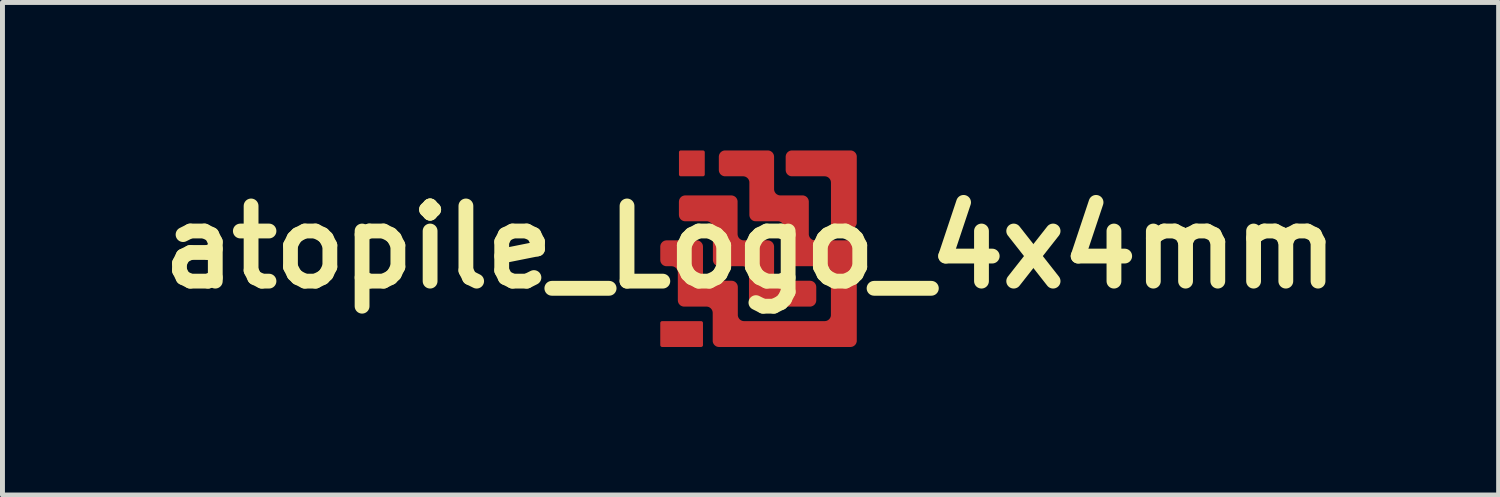
<source format=kicad_pcb>
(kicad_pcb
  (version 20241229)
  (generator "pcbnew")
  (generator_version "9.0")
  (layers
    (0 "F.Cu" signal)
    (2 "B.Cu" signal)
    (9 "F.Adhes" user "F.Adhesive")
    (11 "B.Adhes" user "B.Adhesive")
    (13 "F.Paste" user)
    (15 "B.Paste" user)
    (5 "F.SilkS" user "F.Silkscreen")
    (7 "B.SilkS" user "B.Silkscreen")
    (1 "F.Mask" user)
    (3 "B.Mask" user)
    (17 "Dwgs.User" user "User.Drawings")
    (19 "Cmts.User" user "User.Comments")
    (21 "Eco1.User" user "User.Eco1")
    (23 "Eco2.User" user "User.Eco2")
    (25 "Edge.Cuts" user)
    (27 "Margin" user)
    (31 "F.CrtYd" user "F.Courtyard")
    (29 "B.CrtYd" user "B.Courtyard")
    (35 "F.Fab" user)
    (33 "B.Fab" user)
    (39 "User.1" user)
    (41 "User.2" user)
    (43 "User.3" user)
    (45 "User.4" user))
  (footprint "atopile_Logo_4x4mm"
    (layer "F.Cu")
    (at 12.163 1.959)
    (property "Reference" "atopile_Logo_4x4mm" (at 0 0 0) (layer "F.SilkS") (effects (font (size 1.524 1.524) (thickness 0.3))))
    (attr board_only exclude_from_pos_files exclude_from_bom)
    (fp_poly (pts (xy -1 1.5) (xy -0.998 1.5) (xy -0.996 1.5) (xy -0.994 1.501) (xy -0.993 1.501) (xy -0.991 1.502) (xy -0.989 1.502) (xy -0.987 1.503) (xy -0.986 1.504) (xy -0.984 1.505) (xy -0.982 1.505) (xy -0.981 1.506) (xy -0.979 1.507) (xy -0.978 1.509) (xy -0.977 1.51) (xy -0.975 1.511) (xy -0.974 1.512) (xy -0.973 1.514) (xy -0.972 1.515) (xy -0.971 1.517) (xy -0.97 1.518) (xy -0.969 1.52) (xy -0.968 1.521) (xy -0.967 1.523) (xy -0.967 1.525) (xy -0.966 1.526) (xy -0.965 1.528) (xy -0.965 1.53) (xy -0.965 1.532) (xy -0.964 1.534) (xy -0.964 1.536) (xy -0.964 1.538) (xy -0.964 1.986) (xy -0.964 1.988) (xy -0.964 1.99) (xy -0.965 1.992) (xy -0.965 1.994) (xy -0.965 1.995) (xy -0.966 1.997) (xy -0.967 1.999) (xy -0.967 2.001) (xy -0.968 2.002) (xy -0.969 2.004) (xy -0.97 2.006) (xy -0.971 2.007) (xy -0.972 2.009) (xy -0.973 2.01) (xy -0.974 2.011) (xy -0.975 2.013) (xy -0.977 2.014) (xy -0.978 2.015) (xy -0.979 2.016) (xy -0.981 2.017) (xy -0.982 2.018) (xy -0.984 2.019) (xy -0.986 2.02) (xy -0.987 2.021) (xy -0.989 2.021) (xy -0.991 2.022) (xy -0.993 2.023) (xy -0.994 2.023) (xy -0.996 2.023) (xy -0.998 2.024) (xy -1 2.024) (xy -1.002 2.024) (xy -1.792 2.024) (xy -1.794 2.024) (xy -1.796 2.024) (xy -1.798 2.023) (xy -1.8 2.023) (xy -1.801 2.023) (xy -1.803 2.022) (xy -1.805 2.021) (xy -1.807 2.021) (xy -1.808 2.02) (xy -1.81 2.019) (xy -1.812 2.018) (xy -1.813 2.017) (xy -1.815 2.016) (xy -1.816 2.015) (xy -1.817 2.014) (xy -1.819 2.013) (xy -1.82 2.011) (xy -1.821 2.01) (xy -1.822 2.009) (xy -1.823 2.007) (xy -1.824 2.006) (xy -1.825 2.004) (xy -1.826 2.002) (xy -1.827 2.001) (xy -1.827 1.999) (xy -1.828 1.997) (xy -1.829 1.995) (xy -1.829 1.994) (xy -1.829 1.992) (xy -1.83 1.99) (xy -1.83 1.988) (xy -1.83 1.986) (xy -1.83 1.538) (xy -1.83 1.536) (xy -1.83 1.534) (xy -1.829 1.532) (xy -1.829 1.53) (xy -1.829 1.528) (xy -1.828 1.526) (xy -1.827 1.525) (xy -1.827 1.523) (xy -1.826 1.521) (xy -1.825 1.52) (xy -1.824 1.518) (xy -1.823 1.517) (xy -1.822 1.515) (xy -1.821 1.514) (xy -1.82 1.512) (xy -1.819 1.511) (xy -1.817 1.51) (xy -1.816 1.509) (xy -1.815 1.507) (xy -1.813 1.506) (xy -1.812 1.505) (xy -1.81 1.505) (xy -1.808 1.504) (xy -1.807 1.503) (xy -1.805 1.502) (xy -1.803 1.502) (xy -1.801 1.501) (xy -1.8 1.501) (xy -1.798 1.5) (xy -1.796 1.5) (xy -1.794 1.5) (xy -1.792 1.5) (xy -1.002 1.5)) (stroke (width 0) (type solid)) (fill yes) (layers "F.Cu" "F.Mask"))
    (fp_poly (pts (xy -0.963 -1.959) (xy -0.961 -1.959) (xy -0.96 -1.959) (xy -0.958 -1.959) (xy -0.956 -1.958) (xy -0.954 -1.958) (xy -0.952 -1.957) (xy -0.951 -1.956) (xy -0.949 -1.956) (xy -0.947 -1.955) (xy -0.946 -1.954) (xy -0.944 -1.953) (xy -0.943 -1.952) (xy -0.941 -1.951) (xy -0.94 -1.95) (xy -0.939 -1.948) (xy -0.937 -1.947) (xy -0.936 -1.946) (xy -0.935 -1.944) (xy -0.934 -1.943) (xy -0.933 -1.941) (xy -0.932 -1.94) (xy -0.931 -1.938) (xy -0.931 -1.936) (xy -0.93 -1.935) (xy -0.929 -1.933) (xy -0.929 -1.931) (xy -0.928 -1.929) (xy -0.928 -1.927) (xy -0.928 -1.926) (xy -0.928 -1.924) (xy -0.928 -1.922) (xy -0.928 -1.473) (xy -0.928 -1.471) (xy -0.928 -1.469) (xy -0.928 -1.468) (xy -0.928 -1.466) (xy -0.929 -1.464) (xy -0.929 -1.462) (xy -0.93 -1.46) (xy -0.931 -1.459) (xy -0.931 -1.457) (xy -0.932 -1.455) (xy -0.933 -1.454) (xy -0.934 -1.452) (xy -0.935 -1.451) (xy -0.936 -1.449) (xy -0.937 -1.448) (xy -0.939 -1.447) (xy -0.94 -1.445) (xy -0.941 -1.444) (xy -0.943 -1.443) (xy -0.944 -1.442) (xy -0.946 -1.441) (xy -0.947 -1.44) (xy -0.949 -1.439) (xy -0.951 -1.439) (xy -0.952 -1.438) (xy -0.954 -1.437) (xy -0.956 -1.437) (xy -0.958 -1.436) (xy -0.96 -1.436) (xy -0.961 -1.436) (xy -0.963 -1.436) (xy -0.965 -1.436) (xy -1.414 -1.436) (xy -1.416 -1.436) (xy -1.418 -1.436) (xy -1.419 -1.436) (xy -1.421 -1.436) (xy -1.423 -1.437) (xy -1.425 -1.437) (xy -1.427 -1.438) (xy -1.428 -1.439) (xy -1.43 -1.439) (xy -1.432 -1.44) (xy -1.433 -1.441) (xy -1.435 -1.442) (xy -1.436 -1.443) (xy -1.438 -1.444) (xy -1.439 -1.445) (xy -1.44 -1.447) (xy -1.442 -1.448) (xy -1.443 -1.449) (xy -1.444 -1.451) (xy -1.445 -1.452) (xy -1.446 -1.454) (xy -1.447 -1.455) (xy -1.448 -1.457) (xy -1.448 -1.459) (xy -1.449 -1.46) (xy -1.45 -1.462) (xy -1.45 -1.464) (xy -1.451 -1.466) (xy -1.451 -1.468) (xy -1.451 -1.469) (xy -1.451 -1.471) (xy -1.451 -1.473) (xy -1.451 -1.922) (xy -1.451 -1.924) (xy -1.451 -1.926) (xy -1.451 -1.927) (xy -1.451 -1.929) (xy -1.45 -1.931) (xy -1.45 -1.933) (xy -1.449 -1.935) (xy -1.448 -1.936) (xy -1.448 -1.938) (xy -1.447 -1.94) (xy -1.446 -1.941) (xy -1.445 -1.943) (xy -1.444 -1.944) (xy -1.443 -1.946) (xy -1.442 -1.947) (xy -1.44 -1.948) (xy -1.439 -1.95) (xy -1.438 -1.951) (xy -1.436 -1.952) (xy -1.435 -1.953) (xy -1.433 -1.954) (xy -1.432 -1.955) (xy -1.43 -1.956) (xy -1.428 -1.956) (xy -1.427 -1.957) (xy -1.425 -1.958) (xy -1.423 -1.958) (xy -1.421 -1.959) (xy -1.419 -1.959) (xy -1.418 -1.959) (xy -1.416 -1.959) (xy -1.414 -1.959) (xy -0.965 -1.959)) (stroke (width 0) (type solid)) (fill yes) (layers "F.Cu" "F.Mask"))
    (fp_poly (pts (xy 2.032 -1.959) (xy 2.038 -1.959) (xy 2.045 -1.958) (xy 2.051 -1.957) (xy 2.057 -1.955) (xy 2.063 -1.954) (xy 2.069 -1.952) (xy 2.075 -1.949) (xy 2.081 -1.947) (xy 2.086 -1.944) (xy 2.092 -1.941) (xy 2.097 -1.937) (xy 2.102 -1.934) (xy 2.107 -1.93) (xy 2.111 -1.926) (xy 2.116 -1.922) (xy 2.12 -1.917) (xy 2.124 -1.913) (xy 2.128 -1.908) (xy 2.131 -1.903) (xy 2.135 -1.898) (xy 2.138 -1.892) (xy 2.141 -1.887) (xy 2.143 -1.881) (xy 2.146 -1.875) (xy 2.148 -1.869) (xy 2.149 -1.863) (xy 2.151 -1.857) (xy 2.152 -1.851) (xy 2.153 -1.844) (xy 2.153 -1.838) (xy 2.153 -1.831) (xy 2.153 -0.5) (xy 2.153 -0.493) (xy 2.153 -0.487) (xy 2.152 -0.48) (xy 2.151 -0.474) (xy 2.149 -0.468) (xy 2.148 -0.462) (xy 2.146 -0.456) (xy 2.143 -0.45) (xy 2.141 -0.444) (xy 2.138 -0.439) (xy 2.135 -0.433) (xy 2.131 -0.428) (xy 2.128 -0.423) (xy 2.124 -0.418) (xy 2.12 -0.414) (xy 2.116 -0.409) (xy 2.111 -0.405) (xy 2.107 -0.401) (xy 2.102 -0.397) (xy 2.097 -0.394) (xy 2.092 -0.39) (xy 2.086 -0.387) (xy 2.081 -0.384) (xy 2.075 -0.382) (xy 2.069 -0.38) (xy 2.063 -0.378) (xy 2.057 -0.376) (xy 2.051 -0.374) (xy 2.045 -0.373) (xy 2.038 -0.372) (xy 2.032 -0.372) (xy 2.025 -0.372) (xy 1.758 -0.372) (xy 1.751 -0.372) (xy 1.745 -0.372) (xy 1.738 -0.373) (xy 1.732 -0.374) (xy 1.726 -0.376) (xy 1.72 -0.378) (xy 1.714 -0.38) (xy 1.708 -0.382) (xy 1.702 -0.384) (xy 1.697 -0.387) (xy 1.691 -0.39) (xy 1.686 -0.394) (xy 1.681 -0.397) (xy 1.676 -0.401) (xy 1.672 -0.405) (xy 1.667 -0.409) (xy 1.663 -0.414) (xy 1.659 -0.418) (xy 1.655 -0.423) (xy 1.651 -0.428) (xy 1.648 -0.434) (xy 1.645 -0.439) (xy 1.642 -0.444) (xy 1.64 -0.45) (xy 1.637 -0.456) (xy 1.635 -0.462) (xy 1.634 -0.468) (xy 1.632 -0.474) (xy 1.631 -0.48) (xy 1.63 -0.487) (xy 1.63 -0.493) (xy 1.63 -0.5) (xy 1.63 -1.307) (xy 1.629 -1.314) (xy 1.629 -1.321) (xy 1.628 -1.327) (xy 1.627 -1.333) (xy 1.626 -1.339) (xy 1.624 -1.346) (xy 1.622 -1.352) (xy 1.62 -1.357) (xy 1.617 -1.363) (xy 1.614 -1.369) (xy 1.611 -1.374) (xy 1.608 -1.379) (xy 1.604 -1.384) (xy 1.6 -1.389) (xy 1.596 -1.394) (xy 1.592 -1.398) (xy 1.588 -1.402) (xy 1.583 -1.406) (xy 1.578 -1.41) (xy 1.573 -1.414) (xy 1.568 -1.417) (xy 1.562 -1.42) (xy 1.557 -1.423) (xy 1.551 -1.426) (xy 1.545 -1.428) (xy 1.539 -1.43) (xy 1.533 -1.432) (xy 1.527 -1.433) (xy 1.521 -1.434) (xy 1.514 -1.435) (xy 1.508 -1.435) (xy 1.501 -1.436) (xy 0.84 -1.436) (xy 0.834 -1.436) (xy 0.827 -1.436) (xy 0.821 -1.437) (xy 0.814 -1.438) (xy 0.808 -1.44) (xy 0.802 -1.441) (xy 0.796 -1.443) (xy 0.79 -1.446) (xy 0.785 -1.448) (xy 0.779 -1.451) (xy 0.774 -1.454) (xy 0.769 -1.458) (xy 0.763 -1.461) (xy 0.759 -1.465) (xy 0.754 -1.469) (xy 0.75 -1.473) (xy 0.745 -1.478) (xy 0.741 -1.482) (xy 0.737 -1.487) (xy 0.734 -1.492) (xy 0.731 -1.497) (xy 0.727 -1.503) (xy 0.725 -1.508) (xy 0.722 -1.514) (xy 0.72 -1.52) (xy 0.718 -1.526) (xy 0.716 -1.532) (xy 0.715 -1.538) (xy 0.714 -1.544) (xy 0.713 -1.551) (xy 0.712 -1.557) (xy 0.712 -1.564) (xy 0.712 -1.831) (xy 0.712 -1.838) (xy 0.713 -1.844) (xy 0.714 -1.851) (xy 0.715 -1.857) (xy 0.716 -1.863) (xy 0.718 -1.869) (xy 0.72 -1.875) (xy 0.722 -1.881) (xy 0.725 -1.887) (xy 0.728 -1.892) (xy 0.731 -1.898) (xy 0.734 -1.903) (xy 0.738 -1.908) (xy 0.741 -1.913) (xy 0.745 -1.917) (xy 0.75 -1.922) (xy 0.754 -1.926) (xy 0.759 -1.93) (xy 0.764 -1.934) (xy 0.769 -1.938) (xy 0.774 -1.941) (xy 0.779 -1.944) (xy 0.785 -1.947) (xy 0.79 -1.949) (xy 0.796 -1.952) (xy 0.802 -1.954) (xy 0.808 -1.955) (xy 0.814 -1.957) (xy 0.821 -1.958) (xy 0.827 -1.959) (xy 0.834 -1.959) (xy 0.84 -1.959) (xy 2.025 -1.959)) (stroke (width 0) (type solid)) (fill yes) (layers "F.Cu" "F.Mask"))
    (fp_poly (pts (xy -0.384 -1.048) (xy -0.378 -1.047) (xy -0.371 -1.047) (xy -0.365 -1.045) (xy -0.359 -1.044) (xy -0.353 -1.042) (xy -0.347 -1.04) (xy -0.341 -1.038) (xy -0.335 -1.035) (xy -0.33 -1.033) (xy -0.324 -1.029) (xy -0.319 -1.026) (xy -0.314 -1.023) (xy -0.309 -1.019) (xy -0.304 -1.015) (xy -0.3 -1.01) (xy -0.296 -1.006) (xy -0.292 -1.001) (xy -0.288 -0.997) (xy -0.284 -0.991) (xy -0.281 -0.986) (xy -0.278 -0.981) (xy -0.275 -0.975) (xy -0.273 -0.97) (xy -0.27 -0.964) (xy -0.268 -0.958) (xy -0.267 -0.952) (xy -0.265 -0.946) (xy -0.264 -0.939) (xy -0.263 -0.933) (xy -0.263 -0.926) (xy -0.263 -0.92) (xy -0.263 -0.265) (xy -0.262 -0.258) (xy -0.262 -0.252) (xy -0.261 -0.245) (xy -0.26 -0.239) (xy -0.258 -0.233) (xy -0.257 -0.227) (xy -0.255 -0.221) (xy -0.252 -0.215) (xy -0.25 -0.209) (xy -0.247 -0.204) (xy -0.244 -0.198) (xy -0.241 -0.193) (xy -0.237 -0.188) (xy -0.233 -0.183) (xy -0.229 -0.179) (xy -0.225 -0.174) (xy -0.22 -0.17) (xy -0.216 -0.166) (xy -0.211 -0.162) (xy -0.206 -0.159) (xy -0.201 -0.155) (xy -0.195 -0.152) (xy -0.19 -0.149) (xy -0.184 -0.147) (xy -0.178 -0.145) (xy -0.172 -0.143) (xy -0.166 -0.141) (xy -0.16 -0.139) (xy -0.154 -0.138) (xy -0.147 -0.137) (xy -0.141 -0.137) (xy -0.134 -0.137) (xy 0.349 -0.137) (xy 0.355 -0.137) (xy 0.362 -0.136) (xy 0.368 -0.135) (xy 0.375 -0.134) (xy 0.381 -0.133) (xy 0.387 -0.131) (xy 0.393 -0.129) (xy 0.399 -0.127) (xy 0.404 -0.124) (xy 0.41 -0.121) (xy 0.415 -0.118) (xy 0.42 -0.115) (xy 0.425 -0.111) (xy 0.43 -0.108) (xy 0.435 -0.103) (xy 0.439 -0.099) (xy 0.444 -0.095) (xy 0.448 -0.09) (xy 0.451 -0.085) (xy 0.455 -0.08) (xy 0.458 -0.075) (xy 0.461 -0.07) (xy 0.464 -0.064) (xy 0.467 -0.058) (xy 0.469 -0.053) (xy 0.471 -0.047) (xy 0.473 -0.041) (xy 0.474 -0.034) (xy 0.475 -0.028) (xy 0.476 -0.022) (xy 0.477 -0.015) (xy 0.477 -0.009) (xy 0.477 0.553) (xy 0.477 0.56) (xy 0.478 0.566) (xy 0.478 0.573) (xy 0.48 0.579) (xy 0.481 0.585) (xy 0.483 0.591) (xy 0.485 0.597) (xy 0.487 0.603) (xy 0.49 0.609) (xy 0.492 0.614) (xy 0.496 0.62) (xy 0.499 0.625) (xy 0.502 0.63) (xy 0.506 0.635) (xy 0.51 0.64) (xy 0.514 0.644) (xy 0.519 0.648) (xy 0.524 0.652) (xy 0.528 0.656) (xy 0.533 0.66) (xy 0.539 0.663) (xy 0.544 0.666) (xy 0.55 0.669) (xy 0.555 0.671) (xy 0.561 0.674) (xy 0.567 0.676) (xy 0.573 0.677) (xy 0.579 0.679) (xy 0.586 0.68) (xy 0.592 0.681) (xy 0.599 0.681) (xy 0.605 0.681) (xy 1.204 0.681) (xy 1.21 0.682) (xy 1.217 0.682) (xy 1.223 0.683) (xy 1.23 0.684) (xy 1.236 0.686) (xy 1.242 0.687) (xy 1.248 0.689) (xy 1.254 0.692) (xy 1.259 0.694) (xy 1.265 0.697) (xy 1.27 0.7) (xy 1.275 0.703) (xy 1.28 0.707) (xy 1.285 0.711) (xy 1.29 0.715) (xy 1.294 0.719) (xy 1.299 0.724) (xy 1.303 0.728) (xy 1.306 0.733) (xy 1.31 0.738) (xy 1.313 0.743) (xy 1.316 0.749) (xy 1.319 0.754) (xy 1.322 0.76) (xy 1.324 0.766) (xy 1.326 0.772) (xy 1.328 0.778) (xy 1.329 0.784) (xy 1.33 0.79) (xy 1.331 0.797) (xy 1.332 0.803) (xy 1.332 0.81) (xy 1.332 1.077) (xy 1.332 1.084) (xy 1.331 1.09) (xy 1.33 1.097) (xy 1.329 1.103) (xy 1.328 1.109) (xy 1.326 1.115) (xy 1.324 1.121) (xy 1.322 1.127) (xy 1.319 1.133) (xy 1.316 1.138) (xy 1.313 1.144) (xy 1.31 1.149) (xy 1.306 1.154) (xy 1.303 1.159) (xy 1.299 1.163) (xy 1.294 1.168) (xy 1.29 1.172) (xy 1.285 1.176) (xy 1.28 1.18) (xy 1.275 1.183) (xy 1.27 1.187) (xy 1.265 1.19) (xy 1.259 1.193) (xy 1.254 1.195) (xy 1.248 1.197) (xy 1.242 1.2) (xy 1.236 1.201) (xy 1.23 1.203) (xy 1.223 1.204) (xy 1.217 1.205) (xy 1.21 1.205) (xy 1.204 1.205) (xy 0.096 1.205) (xy 0.089 1.205) (xy 0.083 1.205) (xy 0.076 1.204) (xy 0.07 1.203) (xy 0.064 1.201) (xy 0.058 1.199) (xy 0.052 1.197) (xy 0.046 1.195) (xy 0.04 1.193) (xy 0.035 1.19) (xy 0.029 1.187) (xy 0.024 1.183) (xy 0.019 1.18) (xy 0.014 1.176) (xy 0.01 1.172) (xy 0.005 1.168) (xy 0.001 1.163) (xy -0.003 1.159) (xy -0.007 1.154) (xy -0.01 1.149) (xy -0.014 1.144) (xy -0.017 1.138) (xy -0.02 1.133) (xy -0.022 1.127) (xy -0.025 1.121) (xy -0.027 1.115) (xy -0.028 1.109) (xy -0.03 1.103) (xy -0.031 1.097) (xy -0.032 1.09) (xy -0.032 1.084) (xy -0.032 1.077) (xy -0.032 0.515) (xy -0.033 0.509) (xy -0.033 0.502) (xy -0.034 0.496) (xy -0.035 0.489) (xy -0.036 0.483) (xy -0.038 0.477) (xy -0.04 0.471) (xy -0.042 0.465) (xy -0.045 0.46) (xy -0.048 0.454) (xy -0.051 0.449) (xy -0.054 0.443) (xy -0.058 0.438) (xy -0.062 0.434) (xy -0.066 0.429) (xy -0.07 0.424) (xy -0.074 0.42) (xy -0.079 0.416) (xy -0.084 0.412) (xy -0.089 0.409) (xy -0.094 0.405) (xy -0.099 0.402) (xy -0.105 0.4) (xy -0.111 0.397) (xy -0.117 0.395) (xy -0.122 0.393) (xy -0.129 0.391) (xy -0.135 0.39) (xy -0.141 0.388) (xy -0.147 0.388) (xy -0.154 0.387) (xy -0.161 0.387) (xy -0.635 0.387) (xy -0.641 0.387) (xy -0.648 0.386) (xy -0.654 0.385) (xy -0.661 0.384) (xy -0.667 0.383) (xy -0.673 0.381) (xy -0.679 0.379) (xy -0.685 0.377) (xy -0.69 0.374) (xy -0.696 0.371) (xy -0.701 0.368) (xy -0.707 0.365) (xy -0.712 0.361) (xy -0.716 0.358) (xy -0.721 0.354) (xy -0.726 0.349) (xy -0.73 0.345) (xy -0.734 0.34) (xy -0.738 0.335) (xy -0.741 0.33) (xy -0.745 0.325) (xy -0.748 0.32) (xy -0.75 0.314) (xy -0.753 0.309) (xy -0.755 0.303) (xy -0.757 0.297) (xy -0.759 0.291) (xy -0.76 0.285) (xy -0.762 0.278) (xy -0.762 0.272) (xy -0.763 0.265) (xy -0.763 0.259) (xy -0.763 -0.396) (xy -0.763 -0.403) (xy -0.764 -0.409) (xy -0.765 -0.416) (xy -0.766 -0.422) (xy -0.767 -0.428) (xy -0.769 -0.434) (xy -0.771 -0.44) (xy -0.773 -0.446) (xy -0.776 -0.452) (xy -0.779 -0.457) (xy -0.782 -0.463) (xy -0.785 -0.468) (xy -0.789 -0.473) (xy -0.792 -0.478) (xy -0.796 -0.482) (xy -0.801 -0.487) (xy -0.805 -0.491) (xy -0.81 -0.495) (xy -0.815 -0.499) (xy -0.82 -0.502) (xy -0.825 -0.506) (xy -0.83 -0.509) (xy -0.836 -0.512) (xy -0.841 -0.514) (xy -0.847 -0.516) (xy -0.853 -0.518) (xy -0.859 -0.52) (xy -0.865 -0.522) (xy -0.872 -0.523) (xy -0.878 -0.524) (xy -0.885 -0.524) (xy -0.891 -0.524) (xy -1.323 -0.524) (xy -1.33 -0.524) (xy -1.336 -0.525) (xy -1.343 -0.526) (xy -1.349 -0.527) (xy -1.355 -0.528) (xy -1.361 -0.53) (xy -1.367 -0.532) (xy -1.373 -0.534) (xy -1.379 -0.537) (xy -1.384 -0.54) (xy -1.39 -0.543) (xy -1.395 -0.546) (xy -1.4 -0.55) (xy -1.405 -0.554) (xy -1.41 -0.558) (xy -1.414 -0.562) (xy -1.418 -0.566) (xy -1.422 -0.571) (xy -1.426 -0.576) (xy -1.43 -0.581) (xy -1.433 -0.586) (xy -1.436 -0.591) (xy -1.439 -0.597) (xy -1.441 -0.603) (xy -1.444 -0.608) (xy -1.446 -0.614) (xy -1.447 -0.62) (xy -1.449 -0.627) (xy -1.45 -0.633) (xy -1.451 -0.639) (xy -1.451 -0.646) (xy -1.452 -0.652) (xy -1.452 -0.92) (xy -1.451 -0.926) (xy -1.451 -0.933) (xy -1.45 -0.939) (xy -1.449 -0.946) (xy -1.447 -0.952) (xy -1.446 -0.958) (xy -1.444 -0.964) (xy -1.441 -0.97) (xy -1.439 -0.975) (xy -1.436 -0.981) (xy -1.433 -0.986) (xy -1.43 -0.992) (xy -1.426 -0.997) (xy -1.422 -1.001) (xy -1.418 -1.006) (xy -1.414 -1.011) (xy -1.409 -1.015) (xy -1.405 -1.019) (xy -1.4 -1.023) (xy -1.395 -1.026) (xy -1.39 -1.029) (xy -1.384 -1.033) (xy -1.379 -1.035) (xy -1.373 -1.038) (xy -1.367 -1.04) (xy -1.361 -1.042) (xy -1.355 -1.044) (xy -1.349 -1.045) (xy -1.343 -1.047) (xy -1.336 -1.047) (xy -1.33 -1.048) (xy -1.323 -1.048) (xy -0.391 -1.048)) (stroke (width 0) (type solid)) (fill yes) (layers "F.Cu" "F.Mask"))
    (fp_poly (pts (xy 0.355 -1.959) (xy 0.362 -1.959) (xy 0.368 -1.958) (xy 0.375 -1.957) (xy 0.381 -1.955) (xy 0.387 -1.954) (xy 0.393 -1.952) (xy 0.399 -1.949) (xy 0.404 -1.947) (xy 0.41 -1.944) (xy 0.415 -1.941) (xy 0.42 -1.937) (xy 0.425 -1.934) (xy 0.43 -1.93) (xy 0.435 -1.926) (xy 0.439 -1.922) (xy 0.444 -1.917) (xy 0.448 -1.913) (xy 0.451 -1.908) (xy 0.455 -1.903) (xy 0.458 -1.898) (xy 0.461 -1.892) (xy 0.464 -1.887) (xy 0.467 -1.881) (xy 0.469 -1.875) (xy 0.471 -1.869) (xy 0.473 -1.863) (xy 0.474 -1.857) (xy 0.475 -1.851) (xy 0.476 -1.844) (xy 0.477 -1.838) (xy 0.477 -1.831) (xy 0.477 -1.176) (xy 0.477 -1.17) (xy 0.478 -1.163) (xy 0.478 -1.157) (xy 0.48 -1.151) (xy 0.481 -1.144) (xy 0.483 -1.138) (xy 0.485 -1.132) (xy 0.487 -1.126) (xy 0.49 -1.121) (xy 0.492 -1.115) (xy 0.496 -1.11) (xy 0.499 -1.105) (xy 0.502 -1.1) (xy 0.506 -1.095) (xy 0.51 -1.09) (xy 0.514 -1.086) (xy 0.519 -1.081) (xy 0.524 -1.077) (xy 0.528 -1.074) (xy 0.533 -1.07) (xy 0.539 -1.067) (xy 0.544 -1.064) (xy 0.55 -1.061) (xy 0.555 -1.058) (xy 0.561 -1.056) (xy 0.567 -1.054) (xy 0.573 -1.052) (xy 0.579 -1.051) (xy 0.586 -1.05) (xy 0.592 -1.049) (xy 0.599 -1.048) (xy 0.605 -1.048) (xy 1.053 -1.048) (xy 1.059 -1.048) (xy 1.066 -1.048) (xy 1.072 -1.047) (xy 1.078 -1.046) (xy 1.085 -1.044) (xy 1.091 -1.042) (xy 1.097 -1.04) (xy 1.103 -1.038) (xy 1.108 -1.036) (xy 1.114 -1.033) (xy 1.119 -1.03) (xy 1.124 -1.026) (xy 1.129 -1.023) (xy 1.134 -1.019) (xy 1.139 -1.015) (xy 1.143 -1.011) (xy 1.147 -1.006) (xy 1.152 -1.002) (xy 1.155 -0.997) (xy 1.159 -0.992) (xy 1.162 -0.986) (xy 1.165 -0.981) (xy 1.168 -0.976) (xy 1.171 -0.97) (xy 1.173 -0.964) (xy 1.175 -0.958) (xy 1.177 -0.952) (xy 1.178 -0.946) (xy 1.179 -0.939) (xy 1.18 -0.933) (xy 1.181 -0.927) (xy 1.181 -0.92) (xy 1.181 -0.265) (xy 1.181 -0.259) (xy 1.181 -0.252) (xy 1.182 -0.246) (xy 1.183 -0.239) (xy 1.185 -0.233) (xy 1.187 -0.227) (xy 1.189 -0.221) (xy 1.191 -0.215) (xy 1.193 -0.21) (xy 1.196 -0.204) (xy 1.199 -0.199) (xy 1.203 -0.193) (xy 1.206 -0.188) (xy 1.21 -0.184) (xy 1.214 -0.179) (xy 1.218 -0.174) (xy 1.223 -0.17) (xy 1.227 -0.166) (xy 1.232 -0.162) (xy 1.237 -0.159) (xy 1.243 -0.156) (xy 1.248 -0.152) (xy 1.253 -0.15) (xy 1.259 -0.147) (xy 1.265 -0.145) (xy 1.271 -0.143) (xy 1.277 -0.141) (xy 1.283 -0.14) (xy 1.289 -0.138) (xy 1.296 -0.138) (xy 1.302 -0.137) (xy 1.309 -0.137) (xy 2.025 -0.137) (xy 2.032 -0.137) (xy 2.038 -0.136) (xy 2.045 -0.135) (xy 2.051 -0.134) (xy 2.057 -0.133) (xy 2.063 -0.131) (xy 2.069 -0.129) (xy 2.075 -0.127) (xy 2.081 -0.124) (xy 2.086 -0.121) (xy 2.092 -0.118) (xy 2.097 -0.115) (xy 2.102 -0.111) (xy 2.107 -0.108) (xy 2.111 -0.104) (xy 2.116 -0.099) (xy 2.12 -0.095) (xy 2.124 -0.09) (xy 2.128 -0.085) (xy 2.131 -0.08) (xy 2.135 -0.075) (xy 2.138 -0.07) (xy 2.141 -0.064) (xy 2.143 -0.059) (xy 2.145 -0.053) (xy 2.147 -0.047) (xy 2.149 -0.041) (xy 2.151 -0.035) (xy 2.152 -0.028) (xy 2.153 -0.022) (xy 2.153 -0.015) (xy 2.153 -0.009) (xy 2.153 1.896) (xy 2.153 1.902) (xy 2.153 1.909) (xy 2.152 1.915) (xy 2.151 1.921) (xy 2.149 1.928) (xy 2.147 1.934) (xy 2.145 1.94) (xy 2.143 1.945) (xy 2.141 1.951) (xy 2.138 1.957) (xy 2.135 1.962) (xy 2.131 1.967) (xy 2.128 1.972) (xy 2.124 1.977) (xy 2.12 1.982) (xy 2.116 1.986) (xy 2.111 1.99) (xy 2.107 1.994) (xy 2.102 1.998) (xy 2.097 2.002) (xy 2.091 2.005) (xy 2.086 2.008) (xy 2.081 2.011) (xy 2.075 2.014) (xy 2.069 2.016) (xy 2.063 2.018) (xy 2.057 2.02) (xy 2.051 2.021) (xy 2.045 2.022) (xy 2.038 2.023) (xy 2.032 2.024) (xy 2.025 2.024) (xy -0.639 2.024) (xy -0.646 2.024) (xy -0.652 2.023) (xy -0.659 2.022) (xy -0.665 2.021) (xy -0.671 2.02) (xy -0.677 2.018) (xy -0.683 2.016) (xy -0.689 2.014) (xy -0.695 2.011) (xy -0.7 2.008) (xy -0.706 2.005) (xy -0.711 2.002) (xy -0.716 1.998) (xy -0.721 1.994) (xy -0.725 1.99) (xy -0.73 1.986) (xy -0.734 1.982) (xy -0.738 1.977) (xy -0.742 1.972) (xy -0.745 1.967) (xy -0.749 1.962) (xy -0.752 1.957) (xy -0.755 1.951) (xy -0.757 1.945) (xy -0.76 1.94) (xy -0.762 1.934) (xy -0.763 1.928) (xy -0.765 1.921) (xy -0.766 1.915) (xy -0.767 1.909) (xy -0.767 1.902) (xy -0.767 1.896) (xy -0.767 1.334) (xy -0.767 1.327) (xy -0.768 1.32) (xy -0.769 1.314) (xy -0.77 1.308) (xy -0.771 1.302) (xy -0.773 1.295) (xy -0.775 1.289) (xy -0.777 1.284) (xy -0.78 1.278) (xy -0.783 1.272) (xy -0.786 1.267) (xy -0.789 1.262) (xy -0.793 1.257) (xy -0.797 1.252) (xy -0.801 1.247) (xy -0.805 1.243) (xy -0.809 1.239) (xy -0.814 1.235) (xy -0.819 1.231) (xy -0.824 1.227) (xy -0.829 1.224) (xy -0.834 1.221) (xy -0.84 1.218) (xy -0.846 1.215) (xy -0.851 1.213) (xy -0.857 1.211) (xy -0.863 1.209) (xy -0.87 1.208) (xy -0.876 1.207) (xy -0.882 1.206) (xy -0.889 1.206) (xy -0.895 1.205) (xy -1.345 1.205) (xy -1.352 1.205) (xy -1.358 1.205) (xy -1.365 1.204) (xy -1.371 1.203) (xy -1.377 1.201) (xy -1.383 1.2) (xy -1.389 1.198) (xy -1.395 1.195) (xy -1.401 1.193) (xy -1.406 1.19) (xy -1.412 1.187) (xy -1.417 1.184) (xy -1.422 1.18) (xy -1.427 1.176) (xy -1.432 1.172) (xy -1.436 1.168) (xy -1.44 1.163) (xy -1.444 1.159) (xy -1.448 1.154) (xy -1.452 1.149) (xy -1.455 1.144) (xy -1.458 1.138) (xy -1.461 1.133) (xy -1.463 1.127) (xy -1.466 1.121) (xy -1.468 1.115) (xy -1.47 1.109) (xy -1.471 1.103) (xy -1.472 1.097) (xy -1.473 1.09) (xy -1.473 1.084) (xy -1.474 1.077) (xy -1.474 0.515) (xy -1.474 0.509) (xy -1.474 0.502) (xy -1.475 0.496) (xy -1.476 0.489) (xy -1.478 0.483) (xy -1.479 0.477) (xy -1.481 0.471) (xy -1.484 0.465) (xy -1.486 0.46) (xy -1.489 0.454) (xy -1.492 0.449) (xy -1.495 0.444) (xy -1.499 0.439) (xy -1.503 0.434) (xy -1.507 0.429) (xy -1.511 0.425) (xy -1.516 0.42) (xy -1.52 0.416) (xy -1.525 0.413) (xy -1.53 0.409) (xy -1.535 0.406) (xy -1.541 0.403) (xy -1.546 0.4) (xy -1.552 0.397) (xy -1.558 0.395) (xy -1.564 0.393) (xy -1.57 0.391) (xy -1.576 0.39) (xy -1.582 0.389) (xy -1.589 0.388) (xy -1.595 0.387) (xy -1.602 0.387) (xy -1.701 0.387) (xy -1.708 0.387) (xy -1.715 0.386) (xy -1.721 0.386) (xy -1.727 0.384) (xy -1.733 0.383) (xy -1.74 0.381) (xy -1.746 0.379) (xy -1.751 0.377) (xy -1.757 0.374) (xy -1.763 0.372) (xy -1.768 0.369) (xy -1.773 0.365) (xy -1.778 0.362) (xy -1.783 0.358) (xy -1.788 0.354) (xy -1.792 0.35) (xy -1.796 0.345) (xy -1.8 0.34) (xy -1.804 0.336) (xy -1.808 0.331) (xy -1.811 0.325) (xy -1.814 0.32) (xy -1.817 0.314) (xy -1.82 0.309) (xy -1.822 0.303) (xy -1.824 0.297) (xy -1.826 0.291) (xy -1.827 0.285) (xy -1.828 0.278) (xy -1.829 0.272) (xy -1.829 0.266) (xy -1.83 0.259) (xy -1.83 0.259) (xy -1.83 -0.009) (xy -1.83 -0.015) (xy -1.829 -0.022) (xy -1.828 -0.028) (xy -1.827 -0.034) (xy -1.826 -0.041) (xy -1.824 -0.047) (xy -1.822 -0.053) (xy -1.82 -0.059) (xy -1.817 -0.064) (xy -1.814 -0.07) (xy -1.811 -0.075) (xy -1.808 -0.08) (xy -1.804 -0.085) (xy -1.8 -0.09) (xy -1.796 -0.095) (xy -1.792 -0.099) (xy -1.788 -0.104) (xy -1.783 -0.108) (xy -1.778 -0.111) (xy -1.773 -0.115) (xy -1.768 -0.118) (xy -1.763 -0.121) (xy -1.757 -0.124) (xy -1.751 -0.127) (xy -1.746 -0.129) (xy -1.74 -0.131) (xy -1.734 -0.133) (xy -1.727 -0.134) (xy -1.721 -0.135) (xy -1.715 -0.136) (xy -1.708 -0.137) (xy -1.702 -0.137) (xy -1.093 -0.137) (xy -1.086 -0.137) (xy -1.079 -0.136) (xy -1.073 -0.135) (xy -1.067 -0.134) (xy -1.061 -0.133) (xy -1.054 -0.131) (xy -1.048 -0.129) (xy -1.043 -0.127) (xy -1.037 -0.124) (xy -1.031 -0.121) (xy -1.026 -0.118) (xy -1.021 -0.115) (xy -1.016 -0.111) (xy -1.011 -0.108) (xy -1.006 -0.103) (xy -1.002 -0.099) (xy -0.998 -0.095) (xy -0.994 -0.09) (xy -0.99 -0.085) (xy -0.986 -0.08) (xy -0.983 -0.075) (xy -0.98 -0.07) (xy -0.977 -0.064) (xy -0.974 -0.058) (xy -0.972 -0.053) (xy -0.97 -0.047) (xy -0.968 -0.041) (xy -0.967 -0.034) (xy -0.966 -0.028) (xy -0.965 -0.022) (xy -0.965 -0.015) (xy -0.964 -0.009) (xy -0.964 0.553) (xy -0.964 0.56) (xy -0.964 0.566) (xy -0.963 0.573) (xy -0.962 0.579) (xy -0.96 0.585) (xy -0.959 0.591) (xy -0.957 0.597) (xy -0.954 0.603) (xy -0.952 0.609) (xy -0.949 0.614) (xy -0.946 0.62) (xy -0.942 0.625) (xy -0.939 0.63) (xy -0.935 0.635) (xy -0.931 0.64) (xy -0.927 0.644) (xy -0.922 0.648) (xy -0.918 0.652) (xy -0.913 0.656) (xy -0.908 0.66) (xy -0.903 0.663) (xy -0.897 0.666) (xy -0.892 0.669) (xy -0.886 0.671) (xy -0.88 0.674) (xy -0.874 0.676) (xy -0.868 0.677) (xy -0.862 0.679) (xy -0.856 0.68) (xy -0.849 0.681) (xy -0.843 0.681) (xy -0.836 0.681) (xy -0.386 0.681) (xy -0.38 0.682) (xy -0.373 0.682) (xy -0.367 0.683) (xy -0.361 0.684) (xy -0.354 0.686) (xy -0.348 0.687) (xy -0.342 0.689) (xy -0.337 0.692) (xy -0.331 0.694) (xy -0.325 0.697) (xy -0.32 0.7) (xy -0.315 0.703) (xy -0.31 0.707) (xy -0.305 0.711) (xy -0.3 0.715) (xy -0.296 0.719) (xy -0.292 0.724) (xy -0.288 0.728) (xy -0.284 0.733) (xy -0.28 0.738) (xy -0.277 0.743) (xy -0.274 0.749) (xy -0.271 0.754) (xy -0.268 0.76) (xy -0.266 0.766) (xy -0.264 0.772) (xy -0.262 0.778) (xy -0.261 0.784) (xy -0.26 0.79) (xy -0.259 0.797) (xy -0.258 0.803) (xy -0.258 0.81) (xy -0.258 1.372) (xy -0.258 1.378) (xy -0.258 1.385) (xy -0.257 1.391) (xy -0.256 1.397) (xy -0.254 1.404) (xy -0.253 1.41) (xy -0.25 1.416) (xy -0.248 1.422) (xy -0.246 1.427) (xy -0.243 1.433) (xy -0.24 1.438) (xy -0.236 1.443) (xy -0.233 1.448) (xy -0.229 1.453) (xy -0.225 1.458) (xy -0.221 1.462) (xy -0.216 1.467) (xy -0.212 1.471) (xy -0.207 1.474) (xy -0.202 1.478) (xy -0.197 1.481) (xy -0.191 1.484) (xy -0.186 1.487) (xy -0.18 1.49) (xy -0.174 1.492) (xy -0.168 1.494) (xy -0.162 1.496) (xy -0.156 1.497) (xy -0.15 1.498) (xy -0.143 1.499) (xy -0.137 1.5) (xy -0.13 1.5) (xy 1.501 1.5) (xy 1.508 1.5) (xy 1.514 1.499) (xy 1.521 1.498) (xy 1.527 1.497) (xy 1.533 1.496) (xy 1.539 1.494) (xy 1.545 1.492) (xy 1.551 1.49) (xy 1.557 1.487) (xy 1.562 1.484) (xy 1.568 1.481) (xy 1.573 1.478) (xy 1.578 1.474) (xy 1.583 1.471) (xy 1.587 1.466) (xy 1.592 1.462) (xy 1.596 1.458) (xy 1.6 1.453) (xy 1.604 1.448) (xy 1.608 1.443) (xy 1.611 1.438) (xy 1.614 1.433) (xy 1.617 1.427) (xy 1.619 1.421) (xy 1.622 1.416) (xy 1.624 1.41) (xy 1.625 1.404) (xy 1.627 1.397) (xy 1.628 1.391) (xy 1.629 1.385) (xy 1.629 1.378) (xy 1.629 1.372) (xy 1.629 0.515) (xy 1.629 0.508) (xy 1.629 0.502) (xy 1.628 0.495) (xy 1.627 0.489) (xy 1.625 0.483) (xy 1.624 0.477) (xy 1.622 0.471) (xy 1.619 0.465) (xy 1.617 0.459) (xy 1.614 0.454) (xy 1.611 0.448) (xy 1.608 0.443) (xy 1.604 0.438) (xy 1.6 0.433) (xy 1.596 0.429) (xy 1.592 0.424) (xy 1.587 0.42) (xy 1.583 0.416) (xy 1.578 0.412) (xy 1.573 0.409) (xy 1.568 0.405) (xy 1.562 0.402) (xy 1.557 0.399) (xy 1.551 0.397) (xy 1.545 0.395) (xy 1.539 0.393) (xy 1.533 0.391) (xy 1.527 0.389) (xy 1.521 0.388) (xy 1.514 0.387) (xy 1.508 0.387) (xy 1.501 0.387) (xy 0.808 0.387) (xy 0.802 0.387) (xy 0.795 0.386) (xy 0.789 0.385) (xy 0.782 0.384) (xy 0.776 0.383) (xy 0.77 0.381) (xy 0.764 0.379) (xy 0.758 0.377) (xy 0.753 0.374) (xy 0.747 0.371) (xy 0.742 0.368) (xy 0.737 0.365) (xy 0.732 0.361) (xy 0.727 0.358) (xy 0.722 0.353) (xy 0.718 0.349) (xy 0.713 0.345) (xy 0.709 0.34) (xy 0.706 0.335) (xy 0.702 0.33) (xy 0.699 0.325) (xy 0.696 0.32) (xy 0.693 0.314) (xy 0.69 0.308) (xy 0.688 0.303) (xy 0.686 0.297) (xy 0.684 0.291) (xy 0.683 0.284) (xy 0.682 0.278) (xy 0.681 0.272) (xy 0.68 0.265) (xy 0.68 0.259) (xy 0.68 -0.396) (xy 0.68 -0.403) (xy 0.679 -0.409) (xy 0.679 -0.416) (xy 0.677 -0.422) (xy 0.676 -0.428) (xy 0.674 -0.434) (xy 0.672 -0.44) (xy 0.67 -0.446) (xy 0.667 -0.452) (xy 0.665 -0.457) (xy 0.661 -0.463) (xy 0.658 -0.468) (xy 0.655 -0.473) (xy 0.651 -0.478) (xy 0.647 -0.482) (xy 0.642 -0.487) (xy 0.638 -0.491) (xy 0.633 -0.495) (xy 0.629 -0.499) (xy 0.624 -0.503) (xy 0.618 -0.506) (xy 0.613 -0.509) (xy 0.607 -0.512) (xy 0.602 -0.514) (xy 0.596 -0.517) (xy 0.59 -0.519) (xy 0.584 -0.52) (xy 0.578 -0.522) (xy 0.571 -0.523) (xy 0.565 -0.524) (xy 0.558 -0.524) (xy 0.552 -0.524) (xy 0.104 -0.524) (xy 0.098 -0.525) (xy 0.091 -0.525) (xy 0.085 -0.526) (xy 0.079 -0.527) (xy 0.072 -0.528) (xy 0.066 -0.53) (xy 0.06 -0.532) (xy 0.054 -0.534) (xy 0.049 -0.537) (xy 0.043 -0.54) (xy 0.038 -0.543) (xy 0.033 -0.546) (xy 0.028 -0.55) (xy 0.023 -0.554) (xy 0.018 -0.558) (xy 0.014 -0.562) (xy 0.01 -0.566) (xy 0.005 -0.571) (xy 0.002 -0.576) (xy -0.002 -0.581) (xy -0.005 -0.586) (xy -0.008 -0.592) (xy -0.011 -0.597) (xy -0.014 -0.603) (xy -0.016 -0.609) (xy -0.018 -0.615) (xy -0.02 -0.621) (xy -0.021 -0.627) (xy -0.022 -0.633) (xy -0.023 -0.639) (xy -0.024 -0.646) (xy -0.024 -0.653) (xy -0.024 -1.308) (xy -0.024 -1.314) (xy -0.024 -1.321) (xy -0.025 -1.327) (xy -0.026 -1.333) (xy -0.028 -1.34) (xy -0.03 -1.346) (xy -0.032 -1.352) (xy -0.034 -1.358) (xy -0.036 -1.363) (xy -0.039 -1.369) (xy -0.042 -1.374) (xy -0.046 -1.379) (xy -0.049 -1.384) (xy -0.053 -1.389) (xy -0.057 -1.394) (xy -0.061 -1.398) (xy -0.066 -1.402) (xy -0.07 -1.407) (xy -0.075 -1.41) (xy -0.08 -1.414) (xy -0.086 -1.417) (xy -0.091 -1.42) (xy -0.096 -1.423) (xy -0.102 -1.426) (xy -0.108 -1.428) (xy -0.114 -1.43) (xy -0.12 -1.432) (xy -0.126 -1.433) (xy -0.132 -1.434) (xy -0.139 -1.435) (xy -0.145 -1.436) (xy -0.152 -1.436) (xy -0.515 -1.436) (xy -0.521 -1.436) (xy -0.528 -1.436) (xy -0.534 -1.437) (xy -0.541 -1.438) (xy -0.547 -1.44) (xy -0.553 -1.442) (xy -0.559 -1.444) (xy -0.565 -1.446) (xy -0.57 -1.448) (xy -0.576 -1.451) (xy -0.581 -1.454) (xy -0.586 -1.458) (xy -0.591 -1.461) (xy -0.596 -1.465) (xy -0.601 -1.469) (xy -0.605 -1.473) (xy -0.61 -1.478) (xy -0.614 -1.482) (xy -0.617 -1.487) (xy -0.621 -1.492) (xy -0.624 -1.498) (xy -0.627 -1.503) (xy -0.63 -1.508) (xy -0.633 -1.514) (xy -0.635 -1.52) (xy -0.637 -1.526) (xy -0.639 -1.532) (xy -0.64 -1.538) (xy -0.641 -1.544) (xy -0.642 -1.551) (xy -0.643 -1.557) (xy -0.643 -1.564) (xy -0.643 -1.831) (xy -0.643 -1.838) (xy -0.642 -1.844) (xy -0.641 -1.851) (xy -0.64 -1.857) (xy -0.639 -1.863) (xy -0.637 -1.869) (xy -0.635 -1.875) (xy -0.633 -1.881) (xy -0.63 -1.887) (xy -0.627 -1.892) (xy -0.624 -1.898) (xy -0.621 -1.903) (xy -0.617 -1.908) (xy -0.614 -1.913) (xy -0.61 -1.917) (xy -0.605 -1.922) (xy -0.601 -1.926) (xy -0.596 -1.93) (xy -0.591 -1.934) (xy -0.586 -1.938) (xy -0.581 -1.941) (xy -0.576 -1.944) (xy -0.57 -1.947) (xy -0.565 -1.949) (xy -0.559 -1.952) (xy -0.553 -1.954) (xy -0.547 -1.955) (xy -0.54 -1.957) (xy -0.534 -1.958) (xy -0.528 -1.959) (xy -0.521 -1.959) (xy -0.515 -1.959) (xy 0.349 -1.959)) (stroke (width 0) (type solid)) (fill yes) (layers "F.Cu" "F.Mask")))
  (gr_rect
    (start -3 -3)
    (end 27.326 6.983)
    (stroke (width 0.1) (type default))
    (fill no)
    (layer "Edge.Cuts")))
</source>
